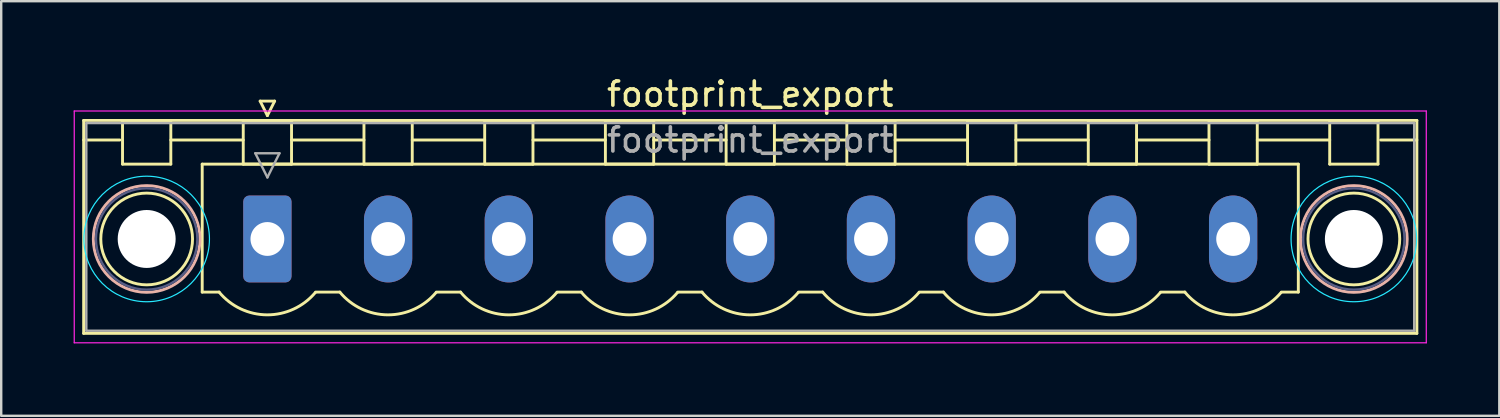
<source format=kicad_pcb>
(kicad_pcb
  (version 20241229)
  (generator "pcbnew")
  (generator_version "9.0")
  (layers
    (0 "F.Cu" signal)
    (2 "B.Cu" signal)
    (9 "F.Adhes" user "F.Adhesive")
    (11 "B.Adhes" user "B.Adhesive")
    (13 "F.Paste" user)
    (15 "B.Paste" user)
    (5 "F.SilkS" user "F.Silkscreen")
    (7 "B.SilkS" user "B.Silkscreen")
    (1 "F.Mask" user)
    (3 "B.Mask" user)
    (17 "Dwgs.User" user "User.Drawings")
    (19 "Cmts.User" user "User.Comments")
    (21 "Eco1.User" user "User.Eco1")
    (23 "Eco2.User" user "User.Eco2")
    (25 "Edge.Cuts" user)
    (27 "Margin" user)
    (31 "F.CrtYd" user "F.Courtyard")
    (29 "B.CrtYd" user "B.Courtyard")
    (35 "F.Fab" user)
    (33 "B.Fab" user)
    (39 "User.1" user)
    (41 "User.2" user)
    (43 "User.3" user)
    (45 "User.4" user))
  (footprint "footprint_export"
    (layer "F.Cu")
    (at 8.025 6.848)
    (property "Reference" "footprint_export" (at 20 -6 0) (layer "F.SilkS") (effects (font (size 1 1) (thickness 0.15))))
    (attr through_hole)
    (fp_line (start -7.61 -4.91) (end -7.61 3.91) (stroke (width 0.12) (type solid)) (layer "F.SilkS"))
    (fp_line (start -7.61 -4.1) (end -6.11 -4.1) (stroke (width 0.12) (type solid)) (layer "F.SilkS"))
    (fp_line (start -7.61 3.91) (end 47.61 3.91) (stroke (width 0.12) (type solid)) (layer "F.SilkS"))
    (fp_line (start -6 -4.91) (end -4 -4.91) (stroke (width 0.12) (type solid)) (layer "F.SilkS"))
    (fp_line (start -6 -3.1) (end -6 -4.91) (stroke (width 0.12) (type solid)) (layer "F.SilkS"))
    (fp_line (start -4 -4.91) (end -4 -3.1) (stroke (width 0.12) (type solid)) (layer "F.SilkS"))
    (fp_line (start -4 -4.1) (end -1 -4.1) (stroke (width 0.12) (type solid)) (layer "F.SilkS"))
    (fp_line (start -4 -3.1) (end -6 -3.1) (stroke (width 0.12) (type solid)) (layer "F.SilkS"))
    (fp_line (start -2.7 -3.1) (end 42.7 -3.1) (stroke (width 0.12) (type solid)) (layer "F.SilkS"))
    (fp_line (start -2.7 2.2) (end -2.7 -3.1) (stroke (width 0.12) (type solid)) (layer "F.SilkS"))
    (fp_line (start -2 2.2) (end -2.7 2.2) (stroke (width 0.12) (type solid)) (layer "F.SilkS"))
    (fp_line (start -1 -4.91) (end 1 -4.91) (stroke (width 0.12) (type solid)) (layer "F.SilkS"))
    (fp_line (start -1 -3.1) (end -1 -4.91) (stroke (width 0.12) (type solid)) (layer "F.SilkS"))
    (fp_line (start -0.3 -5.71) (end 0.3 -5.71) (stroke (width 0.12) (type solid)) (layer "F.SilkS"))
    (fp_line (start 0 -5.11) (end -0.3 -5.71) (stroke (width 0.12) (type solid)) (layer "F.SilkS"))
    (fp_line (start 0.3 -5.71) (end 0 -5.11) (stroke (width 0.12) (type solid)) (layer "F.SilkS"))
    (fp_line (start 1 -4.91) (end 1 -3.1) (stroke (width 0.12) (type solid)) (layer "F.SilkS"))
    (fp_line (start 1 -4.1) (end 4 -4.1) (stroke (width 0.12) (type solid)) (layer "F.SilkS"))
    (fp_line (start 1 -3.1) (end -1 -3.1) (stroke (width 0.12) (type solid)) (layer "F.SilkS"))
    (fp_line (start 2 2.2) (end 3 2.2) (stroke (width 0.12) (type solid)) (layer "F.SilkS"))
    (fp_line (start 4 -4.91) (end 6 -4.91) (stroke (width 0.12) (type solid)) (layer "F.SilkS"))
    (fp_line (start 4 -3.1) (end 4 -4.91) (stroke (width 0.12) (type solid)) (layer "F.SilkS"))
    (fp_line (start 6 -4.91) (end 6 -3.1) (stroke (width 0.12) (type solid)) (layer "F.SilkS"))
    (fp_line (start 6 -4.1) (end 9 -4.1) (stroke (width 0.12) (type solid)) (layer "F.SilkS"))
    (fp_line (start 6 -3.1) (end 4 -3.1) (stroke (width 0.12) (type solid)) (layer "F.SilkS"))
    (fp_line (start 7 2.2) (end 8 2.2) (stroke (width 0.12) (type solid)) (layer "F.SilkS"))
    (fp_line (start 9 -4.91) (end 11 -4.91) (stroke (width 0.12) (type solid)) (layer "F.SilkS"))
    (fp_line (start 9 -3.1) (end 9 -4.91) (stroke (width 0.12) (type solid)) (layer "F.SilkS"))
    (fp_line (start 11 -4.91) (end 11 -3.1) (stroke (width 0.12) (type solid)) (layer "F.SilkS"))
    (fp_line (start 11 -4.1) (end 14 -4.1) (stroke (width 0.12) (type solid)) (layer "F.SilkS"))
    (fp_line (start 11 -3.1) (end 9 -3.1) (stroke (width 0.12) (type solid)) (layer "F.SilkS"))
    (fp_line (start 12 2.2) (end 13 2.2) (stroke (width 0.12) (type solid)) (layer "F.SilkS"))
    (fp_line (start 14 -4.91) (end 16 -4.91) (stroke (width 0.12) (type solid)) (layer "F.SilkS"))
    (fp_line (start 14 -3.1) (end 14 -4.91) (stroke (width 0.12) (type solid)) (layer "F.SilkS"))
    (fp_line (start 16 -4.91) (end 16 -3.1) (stroke (width 0.12) (type solid)) (layer "F.SilkS"))
    (fp_line (start 16 -4.1) (end 19 -4.1) (stroke (width 0.12) (type solid)) (layer "F.SilkS"))
    (fp_line (start 16 -3.1) (end 14 -3.1) (stroke (width 0.12) (type solid)) (layer "F.SilkS"))
    (fp_line (start 17 2.2) (end 18 2.2) (stroke (width 0.12) (type solid)) (layer "F.SilkS"))
    (fp_line (start 19 -4.91) (end 21 -4.91) (stroke (width 0.12) (type solid)) (layer "F.SilkS"))
    (fp_line (start 19 -3.1) (end 19 -4.91) (stroke (width 0.12) (type solid)) (layer "F.SilkS"))
    (fp_line (start 21 -4.91) (end 21 -3.1) (stroke (width 0.12) (type solid)) (layer "F.SilkS"))
    (fp_line (start 21 -4.1) (end 24 -4.1) (stroke (width 0.12) (type solid)) (layer "F.SilkS"))
    (fp_line (start 21 -3.1) (end 19 -3.1) (stroke (width 0.12) (type solid)) (layer "F.SilkS"))
    (fp_line (start 22 2.2) (end 23 2.2) (stroke (width 0.12) (type solid)) (layer "F.SilkS"))
    (fp_line (start 24 -4.91) (end 26 -4.91) (stroke (width 0.12) (type solid)) (layer "F.SilkS"))
    (fp_line (start 24 -3.1) (end 24 -4.91) (stroke (width 0.12) (type solid)) (layer "F.SilkS"))
    (fp_line (start 26 -4.91) (end 26 -3.1) (stroke (width 0.12) (type solid)) (layer "F.SilkS"))
    (fp_line (start 26 -4.1) (end 29 -4.1) (stroke (width 0.12) (type solid)) (layer "F.SilkS"))
    (fp_line (start 26 -3.1) (end 24 -3.1) (stroke (width 0.12) (type solid)) (layer "F.SilkS"))
    (fp_line (start 27 2.2) (end 28 2.2) (stroke (width 0.12) (type solid)) (layer "F.SilkS"))
    (fp_line (start 29 -4.91) (end 31 -4.91) (stroke (width 0.12) (type solid)) (layer "F.SilkS"))
    (fp_line (start 29 -3.1) (end 29 -4.91) (stroke (width 0.12) (type solid)) (layer "F.SilkS"))
    (fp_line (start 31 -4.91) (end 31 -3.1) (stroke (width 0.12) (type solid)) (layer "F.SilkS"))
    (fp_line (start 31 -4.1) (end 34 -4.1) (stroke (width 0.12) (type solid)) (layer "F.SilkS"))
    (fp_line (start 31 -3.1) (end 29 -3.1) (stroke (width 0.12) (type solid)) (layer "F.SilkS"))
    (fp_line (start 32 2.2) (end 33 2.2) (stroke (width 0.12) (type solid)) (layer "F.SilkS"))
    (fp_line (start 34 -4.91) (end 36 -4.91) (stroke (width 0.12) (type solid)) (layer "F.SilkS"))
    (fp_line (start 34 -3.1) (end 34 -4.91) (stroke (width 0.12) (type solid)) (layer "F.SilkS"))
    (fp_line (start 36 -4.91) (end 36 -3.1) (stroke (width 0.12) (type solid)) (layer "F.SilkS"))
    (fp_line (start 36 -4.1) (end 39 -4.1) (stroke (width 0.12) (type solid)) (layer "F.SilkS"))
    (fp_line (start 36 -3.1) (end 34 -3.1) (stroke (width 0.12) (type solid)) (layer "F.SilkS"))
    (fp_line (start 37 2.2) (end 38 2.2) (stroke (width 0.12) (type solid)) (layer "F.SilkS"))
    (fp_line (start 39 -4.91) (end 41 -4.91) (stroke (width 0.12) (type solid)) (layer "F.SilkS"))
    (fp_line (start 39 -3.1) (end 39 -4.91) (stroke (width 0.12) (type solid)) (layer "F.SilkS"))
    (fp_line (start 41 -4.91) (end 41 -3.1) (stroke (width 0.12) (type solid)) (layer "F.SilkS"))
    (fp_line (start 41 -4.1) (end 44 -4.1) (stroke (width 0.12) (type solid)) (layer "F.SilkS"))
    (fp_line (start 41 -3.1) (end 39 -3.1) (stroke (width 0.12) (type solid)) (layer "F.SilkS"))
    (fp_line (start 42.7 -3.1) (end 42.7 2.2) (stroke (width 0.12) (type solid)) (layer "F.SilkS"))
    (fp_line (start 42.7 2.2) (end 42 2.2) (stroke (width 0.12) (type solid)) (layer "F.SilkS"))
    (fp_line (start 44 -4.91) (end 46 -4.91) (stroke (width 0.12) (type solid)) (layer "F.SilkS"))
    (fp_line (start 44 -3.1) (end 44 -4.91) (stroke (width 0.12) (type solid)) (layer "F.SilkS"))
    (fp_line (start 46 -4.91) (end 46 -3.1) (stroke (width 0.12) (type solid)) (layer "F.SilkS"))
    (fp_line (start 46 -3.1) (end 44 -3.1) (stroke (width 0.12) (type solid)) (layer "F.SilkS"))
    (fp_line (start 47.61 -4.91) (end -7.61 -4.91) (stroke (width 0.12) (type solid)) (layer "F.SilkS"))
    (fp_line (start 47.61 -4.1) (end 46.11 -4.1) (stroke (width 0.12) (type solid)) (layer "F.SilkS"))
    (fp_line (start 47.61 3.91) (end 47.61 -4.91) (stroke (width 0.12) (type solid)) (layer "F.SilkS"))
    (fp_arc (start 1.986842 2.215821) (mid -0.010289 3.142758) (end -2 2.2) (stroke (width 0.12) (type solid)) (layer "F.SilkS"))
    (fp_arc (start 6.986842 2.215821) (mid 4.989711 3.142758) (end 3 2.2) (stroke (width 0.12) (type solid)) (layer "F.SilkS"))
    (fp_arc (start 11.986842 2.215821) (mid 9.989711 3.142758) (end 8 2.2) (stroke (width 0.12) (type solid)) (layer "F.SilkS"))
    (fp_arc (start 16.986842 2.215821) (mid 14.989711 3.142758) (end 13 2.2) (stroke (width 0.12) (type solid)) (layer "F.SilkS"))
    (fp_arc (start 21.986842 2.215821) (mid 19.989711 3.142758) (end 18 2.2) (stroke (width 0.12) (type solid)) (layer "F.SilkS"))
    (fp_arc (start 26.986842 2.215821) (mid 24.989711 3.142758) (end 23 2.2) (stroke (width 0.12) (type solid)) (layer "F.SilkS"))
    (fp_arc (start 31.986842 2.215821) (mid 29.989711 3.142758) (end 28 2.2) (stroke (width 0.12) (type solid)) (layer "F.SilkS"))
    (fp_arc (start 36.986842 2.215821) (mid 34.989711 3.142758) (end 33 2.2) (stroke (width 0.12) (type solid)) (layer "F.SilkS"))
    (fp_arc (start 41.986842 2.215821) (mid 39.989711 3.142758) (end 38 2.2) (stroke (width 0.12) (type solid)) (layer "F.SilkS"))
    (fp_circle (center -5 0) (end -3.1 0) (stroke (width 0.12) (type solid)) (fill no) (layer "F.SilkS"))
    (fp_circle (center 45 0) (end 46.9 0) (stroke (width 0.12) (type solid)) (fill no) (layer "F.SilkS"))
    (fp_circle (center -5 0) (end -2.79 0) (stroke (width 0.12) (type solid)) (fill no) (layer "B.SilkS"))
    (fp_circle (center 45 0) (end 47.21 0) (stroke (width 0.12) (type solid)) (fill no) (layer "B.SilkS"))
    (fp_circle (center -5 0) (end -2.4 0) (stroke (width 0.05) (type solid)) (fill no) (layer "B.CrtYd"))
    (fp_circle (center 45 0) (end 47.6 0) (stroke (width 0.05) (type solid)) (fill no) (layer "B.CrtYd"))
    (fp_line (start -8 -5.3) (end -8 4.3) (stroke (width 0.05) (type solid)) (layer "F.CrtYd"))
    (fp_line (start -8 4.3) (end 48 4.3) (stroke (width 0.05) (type solid)) (layer "F.CrtYd"))
    (fp_line (start 48 -5.3) (end -8 -5.3) (stroke (width 0.05) (type solid)) (layer "F.CrtYd"))
    (fp_line (start 48 4.3) (end 48 -5.3) (stroke (width 0.05) (type solid)) (layer "F.CrtYd"))
    (fp_circle (center -5 0) (end -2.9 0) (stroke (width 0.1) (type solid)) (fill no) (layer "B.Fab"))
    (fp_circle (center 45 0) (end 47.1 0) (stroke (width 0.1) (type solid)) (fill no) (layer "B.Fab"))
    (fp_line (start -7.5 -4.8) (end -7.5 3.8) (stroke (width 0.1) (type solid)) (layer "F.Fab"))
    (fp_line (start -7.5 3.8) (end 47.5 3.8) (stroke (width 0.1) (type solid)) (layer "F.Fab"))
    (fp_line (start -0.5 -3.55) (end 0.5 -3.55) (stroke (width 0.1) (type solid)) (layer "F.Fab"))
    (fp_line (start 0 -2.55) (end -0.5 -3.55) (stroke (width 0.1) (type solid)) (layer "F.Fab"))
    (fp_line (start 0.5 -3.55) (end 0 -2.55) (stroke (width 0.1) (type solid)) (layer "F.Fab"))
    (fp_line (start 47.5 -4.8) (end -7.5 -4.8) (stroke (width 0.1) (type solid)) (layer "F.Fab"))
    (fp_line (start 47.5 3.8) (end 47.5 -4.8) (stroke (width 0.1) (type solid)) (layer "F.Fab"))
    (fp_text user "${REFERENCE}" (at 20 -4.1 0) (layer "F.Fab") (effects (font (size 1 1) (thickness 0.15))))
    (pad "" np_thru_hole circle (at -5 0) (size 2.4 2.4) (drill 2.4) (layers "*.Cu" "*.Mask"))
    (pad "" np_thru_hole circle (at 45 0) (size 2.4 2.4) (drill 2.4) (layers "*.Cu" "*.Mask"))
    (pad "1" thru_hole roundrect (at 0 0) (size 2 3.6) (drill 1.4) (layers "*.Cu" "*.Mask") (roundrect_rratio 0.125))
    (pad "2" thru_hole oval (at 5 0) (size 2 3.6) (drill 1.4) (layers "*.Cu" "*.Mask"))
    (pad "3" thru_hole oval (at 10 0) (size 2 3.6) (drill 1.4) (layers "*.Cu" "*.Mask"))
    (pad "4" thru_hole oval (at 15 0) (size 2 3.6) (drill 1.4) (layers "*.Cu" "*.Mask"))
    (pad "5" thru_hole oval (at 20 0) (size 2 3.6) (drill 1.4) (layers "*.Cu" "*.Mask"))
    (pad "6" thru_hole oval (at 25 0) (size 2 3.6) (drill 1.4) (layers "*.Cu" "*.Mask"))
    (pad "7" thru_hole oval (at 30 0) (size 2 3.6) (drill 1.4) (layers "*.Cu" "*.Mask"))
    (pad "8" thru_hole oval (at 35 0) (size 2 3.6) (drill 1.4) (layers "*.Cu" "*.Mask"))
    (pad "9" thru_hole oval (at 40 0) (size 2 3.6) (drill 1.4) (layers "*.Cu" "*.Mask")))
  (gr_rect
    (start -3 -3)
    (end 59.05 14.173)
    (stroke (width 0.1) (type default))
    (fill no)
    (layer "Edge.Cuts")))
</source>
